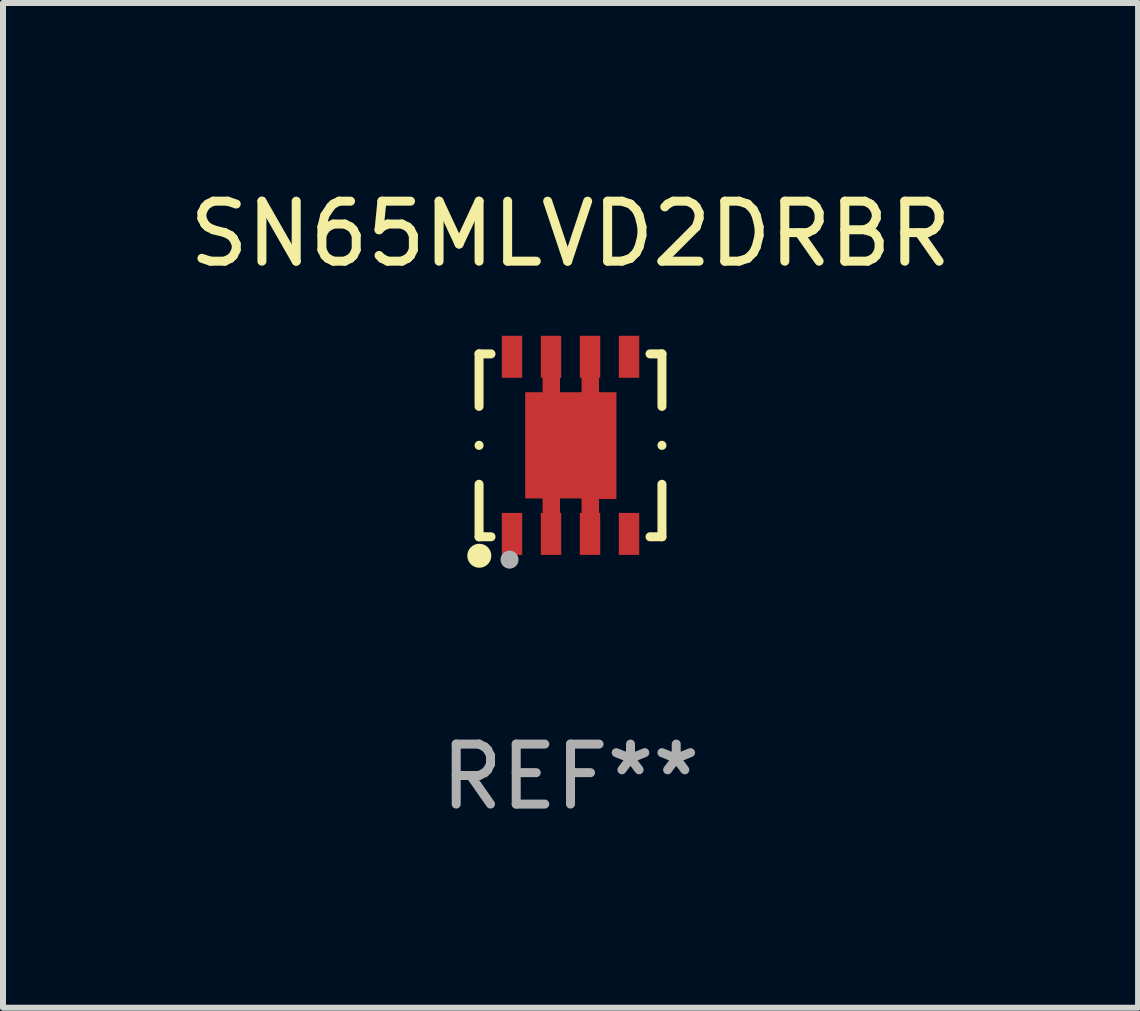
<source format=kicad_pcb>
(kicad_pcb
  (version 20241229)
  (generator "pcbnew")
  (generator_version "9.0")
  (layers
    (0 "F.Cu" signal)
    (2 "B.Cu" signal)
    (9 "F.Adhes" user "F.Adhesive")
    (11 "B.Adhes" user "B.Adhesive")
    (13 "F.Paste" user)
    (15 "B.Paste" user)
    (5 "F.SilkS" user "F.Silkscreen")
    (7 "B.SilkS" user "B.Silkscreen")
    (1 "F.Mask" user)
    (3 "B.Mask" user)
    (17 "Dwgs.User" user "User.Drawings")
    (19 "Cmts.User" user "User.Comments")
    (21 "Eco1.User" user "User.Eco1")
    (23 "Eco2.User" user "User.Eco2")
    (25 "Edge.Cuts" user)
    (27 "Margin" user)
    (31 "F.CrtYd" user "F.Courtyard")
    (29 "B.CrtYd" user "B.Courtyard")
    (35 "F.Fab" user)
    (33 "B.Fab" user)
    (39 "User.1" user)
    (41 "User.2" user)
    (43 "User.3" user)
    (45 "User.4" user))
  (footprint "SN65MLVD2DRBR"
    (layer "F.Cu")
    (at 6.458 4.372)
    (property "Reference" "SN65MLVD2DRBR" (at 0 -3.524 0) (layer "F.SilkS") (effects (font (size 1 1) (thickness 0.15))))
    (attr through_hole)
    (fp_line (start -1.524 -1.524) (end -1.524 -0.649) (stroke (width 0.15) (type solid)) (layer "F.SilkS"))
    (fp_line (start -1.524 -0.001) (end -1.524 0.001) (stroke (width 0.15) (type solid)) (layer "F.SilkS"))
    (fp_line (start -1.524 0.649) (end -1.524 1.524) (stroke (width 0.15) (type solid)) (layer "F.SilkS"))
    (fp_line (start -1.524 1.524) (end -1.325 1.524) (stroke (width 0.15) (type solid)) (layer "F.SilkS"))
    (fp_line (start -1.325 -1.524) (end -1.524 -1.524) (stroke (width 0.15) (type solid)) (layer "F.SilkS"))
    (fp_line (start 1.325 1.524) (end 1.524 1.524) (stroke (width 0.15) (type solid)) (layer "F.SilkS"))
    (fp_line (start 1.524 -1.524) (end 1.325 -1.524) (stroke (width 0.15) (type solid)) (layer "F.SilkS"))
    (fp_line (start 1.524 -0.649) (end 1.524 -1.524) (stroke (width 0.15) (type solid)) (layer "F.SilkS"))
    (fp_line (start 1.524 0.001) (end 1.524 -0.001) (stroke (width 0.15) (type solid)) (layer "F.SilkS"))
    (fp_line (start 1.524 1.524) (end 1.524 0.649) (stroke (width 0.15) (type solid)) (layer "F.SilkS"))
    (fp_circle (center -1.52 1.84) (end -1.42 1.84) (stroke (width 0.2) (type solid)) (fill no) (layer "F.SilkS"))
    (fp_circle (center -1.5 1.526) (end -1.47 1.526) (stroke (width 0.06) (type solid)) (fill no) (layer "F.SilkS"))
    (fp_circle (center -1.016 1.905) (end -0.941 1.905) (stroke (width 0.15) (type solid)) (fill no) (layer "F.Fab"))
    (fp_text user "REF**" (at 0 5.524 0) (layer "F.Fab") (effects (font (size 1 1) (thickness 0.15))))
    (pad "1" smd rect (at -0.975 1.476) (size 0.34 0.7) (layers "F.Cu" "F.Mask" "F.Paste"))
    (pad "2" smd rect (at -0.325 1.476) (size 0.34 0.7) (layers "F.Cu" "F.Mask" "F.Paste"))
    (pad "3" smd rect (at 0.325 1.476) (size 0.34 0.7) (layers "F.Cu" "F.Mask" "F.Paste"))
    (pad "4" smd rect (at 0.975 1.476) (size 0.34 0.7) (layers "F.Cu" "F.Mask" "F.Paste"))
    (pad "5" smd rect (at 0.975 -1.476 180) (size 0.34 0.7) (layers "F.Cu" "F.Mask" "F.Paste"))
    (pad "6" smd rect (at 0.325 -1.476 180) (size 0.34 0.7) (layers "F.Cu" "F.Mask" "F.Paste"))
    (pad "7" smd rect (at -0.325 -1.476 180) (size 0.34 0.7) (layers "F.Cu" "F.Mask" "F.Paste"))
    (pad "8" smd rect (at -0.975 -1.476 180) (size 0.34 0.7) (layers "F.Cu" "F.Mask" "F.Paste"))
    (pad "9" smd custom (at 0.005 0 90) (size 1.52 3.42) (layers "F.Cu" "F.Mask" "F.Paste") (options (anchor circle)) (primitives (gr_poly (pts (xy -0.895 0.76) (xy -0.895 0.47) (xy -1.715 0.47) (xy -1.715 0.18) (xy -0.885 0.18) (xy -0.885 -0.18) (xy -1.715 -0.18) (xy -1.715 -0.47) (xy -0.885 -0.47) (xy -0.885 -0.76) (xy 0.885 -0.76) (xy 0.885 -0.47) (xy 1.705 -0.47) (xy 1.705 -0.18) (xy 0.885 -0.18) (xy 0.885 0.18) (xy 1.705 0.18) (xy 1.705 0.47) (xy 0.885 0.47) (xy 0.885 0.76) (xy -0.895 0.76) (xy -0.895 0.76)) (width 0) (fill yes)))))
  (gr_rect
    (start -3 -3)
    (end 15.917 13.745)
    (stroke (width 0.1) (type default))
    (fill no)
    (layer "Edge.Cuts")))
</source>
